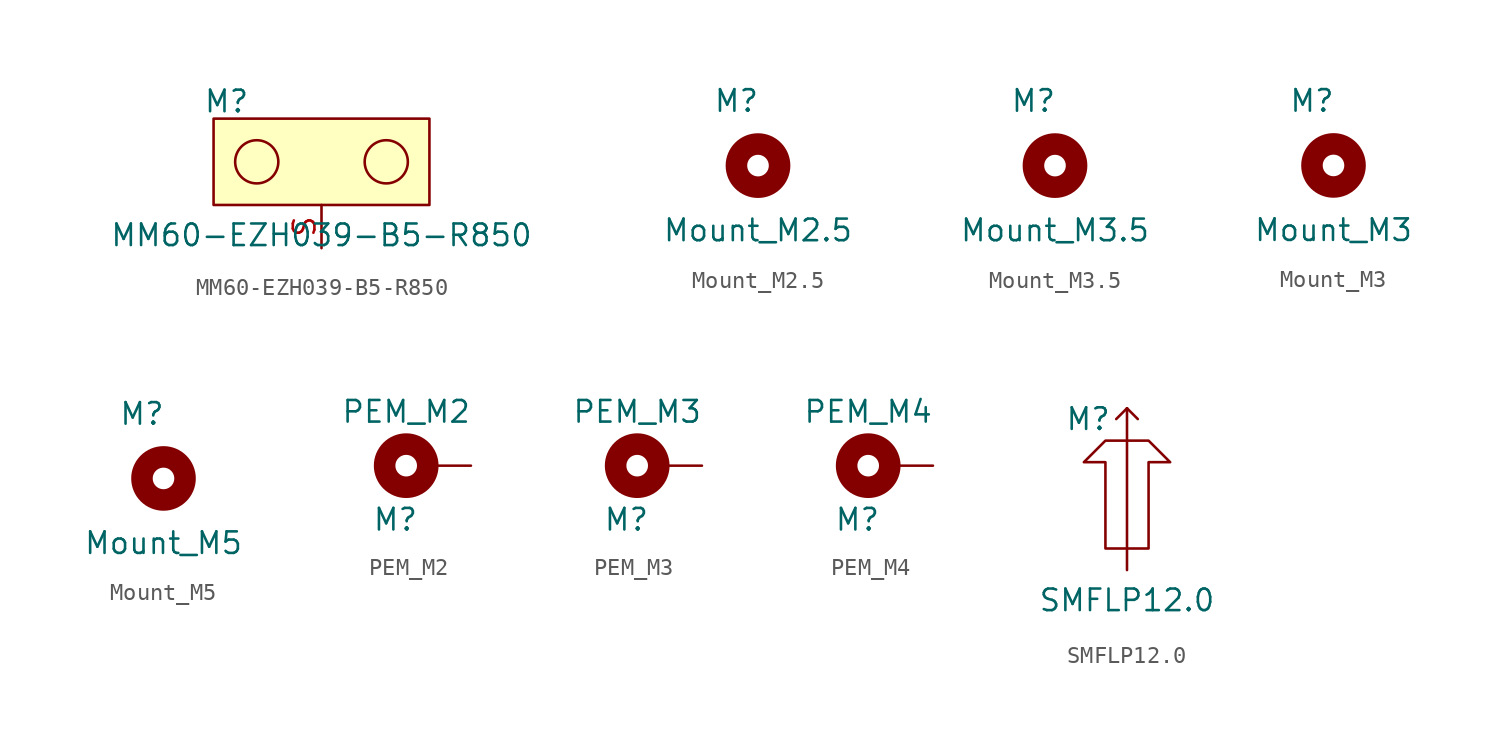
<source format=kicad_sym>
(kicad_symbol_lib
  (version 20241209)
  (generator "kicad_symbol_editor")
  (generator_version "9.0")
  (symbol "MM60-EZH039-B5-R850"
    (property "Reference" "M"
      (at -5.588 6.096 0)
      (effects (font (size 1.27 1.27))))
    (property "Value" "MM60-EZH039-B5-R850"
      (at 0 -1.778 0)
      (effects (font (size 1.27 1.27))))
    (symbol "MM60-EZH039-B5-R850_0_1"
      (circle (center -3.81 2.54) (radius 1.27) (stroke (width 0) (type default)) (fill (type none)))
      (circle (center 3.81 2.54) (radius 1.27) (stroke (width 0) (type default)) (fill (type none))))
    (symbol "MM60-EZH039-B5-R850_1_1"
      (rectangle (start -6.35 5.08) (end 6.35 0) (stroke (width 0) (type default)) (fill (type background)))
      (pin passive line (at 0 -2.54 90) (length 2.54) (name "" (effects (font (size 1.27 1.27)))) (number "S" (effects (font (size 1.27 1.27)))))))
  (symbol "Mount_M2.5"
    (property "Reference" "M"
      (at -1.27 3.81 0)
      (effects (font (size 1.27 1.27))))
    (property "Value" "Mount_M2.5"
      (at 0 -3.81 0)
      (effects (font (size 1.27 1.27))))
    (symbol "Mount_M2.5_0_1"
      (circle (center 0 0) (radius 1.27) (stroke (width 1.27) (type default)) (fill (type none)))))
  (symbol "Mount_M3.5"
    (property "Reference" "M"
      (at -1.27 3.81 0)
      (effects (font (size 1.27 1.27))))
    (property "Value" "Mount_M3.5"
      (at 0 -3.81 0)
      (effects (font (size 1.27 1.27))))
    (symbol "Mount_M3.5_0_1"
      (circle (center 0 0) (radius 1.27) (stroke (width 1.27) (type default)) (fill (type none)))))
  (symbol "Mount_M3"
    (property "Reference" "M"
      (at -1.27 3.81 0)
      (effects (font (size 1.27 1.27))))
    (property "Value" "Mount_M3"
      (at 0 -3.81 0)
      (effects (font (size 1.27 1.27))))
    (symbol "Mount_M3_0_1"
      (circle (center 0 0) (radius 1.27) (stroke (width 1.27) (type default)) (fill (type none)))))
  (symbol "Mount_M5"
    (property "Reference" "M"
      (at -1.27 3.81 0)
      (effects (font (size 1.27 1.27))))
    (property "Value" "Mount_M5"
      (at 0 -3.81 0)
      (effects (font (size 1.27 1.27))))
    (symbol "Mount_M5_0_1"
      (circle (center 0 0) (radius 1.27) (stroke (width 1.27) (type default)) (fill (type none)))))
  (symbol "PEM_M2"
    (property "Reference" "M"
      (at -0.635 -3.175 0)
      (effects (font (size 1.27 1.27))))
    (property "Value" "PEM_M2"
      (at 0 3.175 0)
      (effects (font (size 1.27 1.27))))
    (symbol "PEM_M2_0_1"
      (circle (center 0 0) (radius 1.27) (stroke (width 1.27) (type default)) (fill (type none))))
    (symbol "PEM_M2_1_1"
      (pin passive line (at 3.81 0 180) (length 2.54) (name "~" (effects (font (size 1.27 1.27)))) (number "" (effects (font (size 1.27 1.27)))))))
  (symbol "PEM_M3 "
    (property "Reference" "M"
      (at -0.635 -3.175 0)
      (effects (font (size 1.27 1.27))))
    (property "Value" "PEM_M3"
      (at 0 3.175 0)
      (effects (font (size 1.27 1.27))))
    (symbol "PEM_M3 _0_1"
      (circle (center 0 0) (radius 1.27) (stroke (width 1.27) (type default)) (fill (type none))))
    (symbol "PEM_M3 _1_1"
      (pin passive line (at 3.81 0 180) (length 2.54) (name "~" (effects (font (size 1.27 1.27)))) (number "" (effects (font (size 1.27 1.27)))))))
  (symbol "PEM_M4"
    (property "Reference" "M"
      (at -0.635 -3.175 0)
      (effects (font (size 1.27 1.27))))
    (property "Value" "PEM_M4"
      (at 0 3.175 0)
      (effects (font (size 1.27 1.27))))
    (symbol "PEM_M4_0_1"
      (circle (center 0 0) (radius 1.27) (stroke (width 1.27) (type default)) (fill (type none))))
    (symbol "PEM_M4_1_1"
      (pin passive line (at 3.81 0 180) (length 2.54) (name "~" (effects (font (size 1.27 1.27)))) (number "" (effects (font (size 1.27 1.27)))))))
  (symbol "SMFLP12.0"
    (property "Reference" "M"
      (at -2.286 7.62 0)
      (effects (font (size 1.27 1.27))))
    (property "Value" "SMFLP12.0"
      (at 0 -3.048 0)
      (effects (font (size 1.27 1.27))))
    (symbol "SMFLP12.0_0_1"
      (polyline (pts (xy 0 8.255) (xy -0.635 7.62)) (stroke (width 0) (type default)) (fill (type none)))
      (polyline (pts (xy 0 8.255) (xy 0 -1.27)) (stroke (width 0) (type default)) (fill (type none)))
      (polyline (pts (xy 0 8.255) (xy 0.635 7.62)) (stroke (width 0) (type default)) (fill (type none))))
    (symbol "SMFLP12.0_1_1"
      (polyline (pts (xy 1.27 0) (xy -1.27 0) (xy -1.27 5.08) (xy -2.54 5.08) (xy -1.27 6.35) (xy 1.27 6.35) (xy 2.54 5.08) (xy 1.27 5.08) (xy 1.27 0)) (stroke (width 0) (type solid)) (fill (type none))))))
</source>
